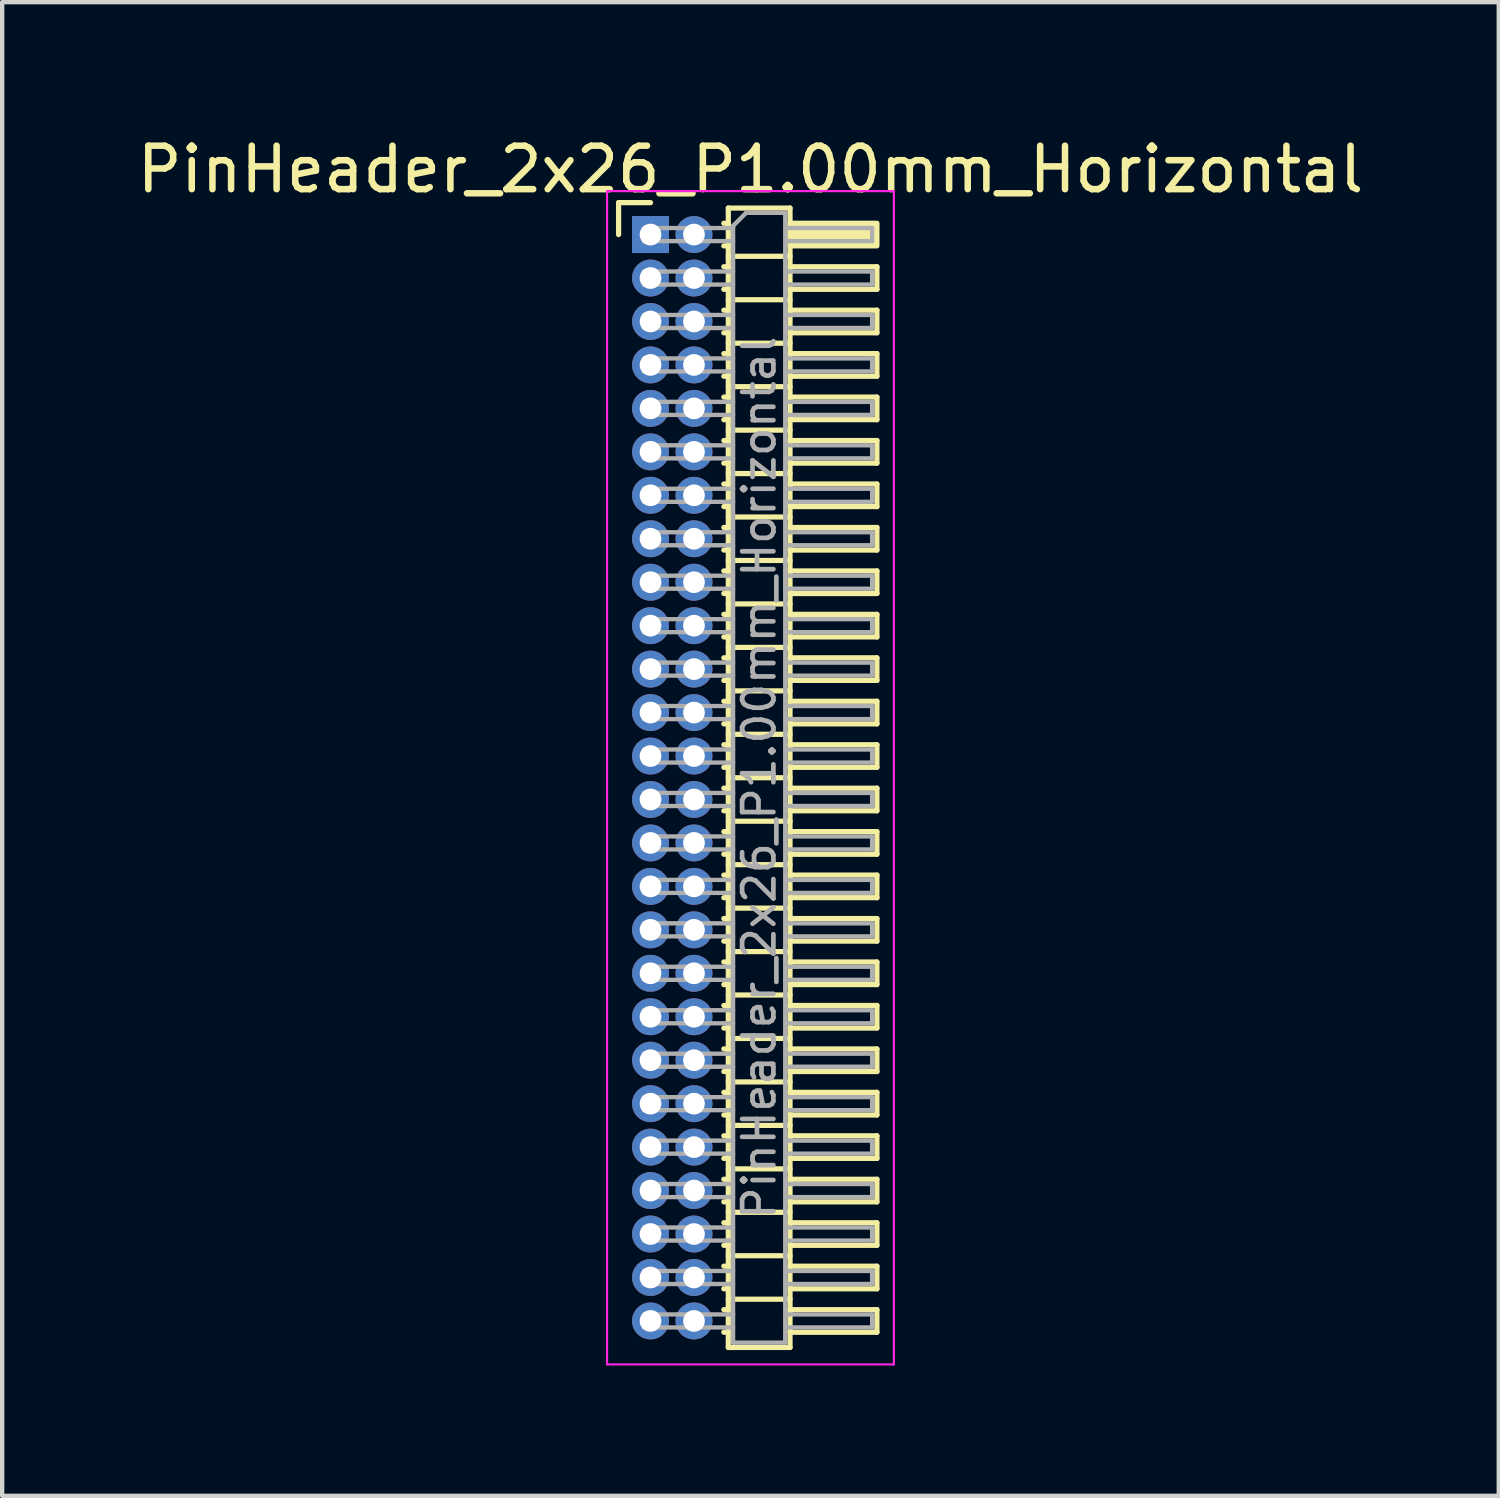
<source format=kicad_pcb>
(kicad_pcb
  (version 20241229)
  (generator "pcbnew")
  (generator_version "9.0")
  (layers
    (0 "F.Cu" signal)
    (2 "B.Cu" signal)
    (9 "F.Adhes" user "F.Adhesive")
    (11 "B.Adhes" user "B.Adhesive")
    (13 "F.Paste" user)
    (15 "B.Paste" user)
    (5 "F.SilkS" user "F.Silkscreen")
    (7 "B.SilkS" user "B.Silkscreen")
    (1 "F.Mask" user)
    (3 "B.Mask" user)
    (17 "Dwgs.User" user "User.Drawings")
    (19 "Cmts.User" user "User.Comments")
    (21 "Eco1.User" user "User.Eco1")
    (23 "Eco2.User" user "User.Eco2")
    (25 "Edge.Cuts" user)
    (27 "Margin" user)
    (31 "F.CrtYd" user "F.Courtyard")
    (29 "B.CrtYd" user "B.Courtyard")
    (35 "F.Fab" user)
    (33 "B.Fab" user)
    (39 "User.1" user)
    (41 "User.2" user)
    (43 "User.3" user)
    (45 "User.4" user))
  (footprint "PinHeader_2x26_P1.00mm_Horizontal"
    (layer "F.Cu")
    (at 11.92 2.348)
    (property "Reference" "PinHeader_2x26_P1.00mm_Horizontal" (at 2.3 -1.5 0) (layer "F.SilkS") (effects (font (size 1 1) (thickness 0.15))))
    (attr through_hole)
    (fp_line (start -0.735 -0.735) (end 0 -0.735) (stroke (width 0.12) (type solid)) (layer "F.SilkS"))
    (fp_line (start -0.735 0) (end -0.735 -0.735) (stroke (width 0.12) (type solid)) (layer "F.SilkS"))
    (fp_line (start 1.687 -0.26) (end 1.79 -0.26) (stroke (width 0.12) (type solid)) (layer "F.SilkS"))
    (fp_line (start 1.687 0.26) (end 1.79 0.26) (stroke (width 0.12) (type solid)) (layer "F.SilkS"))
    (fp_line (start 1.687 0.74) (end 1.79 0.74) (stroke (width 0.12) (type solid)) (layer "F.SilkS"))
    (fp_line (start 1.687 1.26) (end 1.79 1.26) (stroke (width 0.12) (type solid)) (layer "F.SilkS"))
    (fp_line (start 1.687 1.74) (end 1.79 1.74) (stroke (width 0.12) (type solid)) (layer "F.SilkS"))
    (fp_line (start 1.687 2.26) (end 1.79 2.26) (stroke (width 0.12) (type solid)) (layer "F.SilkS"))
    (fp_line (start 1.687 2.74) (end 1.79 2.74) (stroke (width 0.12) (type solid)) (layer "F.SilkS"))
    (fp_line (start 1.687 3.26) (end 1.79 3.26) (stroke (width 0.12) (type solid)) (layer "F.SilkS"))
    (fp_line (start 1.687 3.74) (end 1.79 3.74) (stroke (width 0.12) (type solid)) (layer "F.SilkS"))
    (fp_line (start 1.687 4.26) (end 1.79 4.26) (stroke (width 0.12) (type solid)) (layer "F.SilkS"))
    (fp_line (start 1.687 4.74) (end 1.79 4.74) (stroke (width 0.12) (type solid)) (layer "F.SilkS"))
    (fp_line (start 1.687 5.26) (end 1.79 5.26) (stroke (width 0.12) (type solid)) (layer "F.SilkS"))
    (fp_line (start 1.687 5.74) (end 1.79 5.74) (stroke (width 0.12) (type solid)) (layer "F.SilkS"))
    (fp_line (start 1.687 6.26) (end 1.79 6.26) (stroke (width 0.12) (type solid)) (layer "F.SilkS"))
    (fp_line (start 1.687 6.74) (end 1.79 6.74) (stroke (width 0.12) (type solid)) (layer "F.SilkS"))
    (fp_line (start 1.687 7.26) (end 1.79 7.26) (stroke (width 0.12) (type solid)) (layer "F.SilkS"))
    (fp_line (start 1.687 7.74) (end 1.79 7.74) (stroke (width 0.12) (type solid)) (layer "F.SilkS"))
    (fp_line (start 1.687 8.26) (end 1.79 8.26) (stroke (width 0.12) (type solid)) (layer "F.SilkS"))
    (fp_line (start 1.687 8.74) (end 1.79 8.74) (stroke (width 0.12) (type solid)) (layer "F.SilkS"))
    (fp_line (start 1.687 9.26) (end 1.79 9.26) (stroke (width 0.12) (type solid)) (layer "F.SilkS"))
    (fp_line (start 1.687 9.74) (end 1.79 9.74) (stroke (width 0.12) (type solid)) (layer "F.SilkS"))
    (fp_line (start 1.687 10.26) (end 1.79 10.26) (stroke (width 0.12) (type solid)) (layer "F.SilkS"))
    (fp_line (start 1.687 10.74) (end 1.79 10.74) (stroke (width 0.12) (type solid)) (layer "F.SilkS"))
    (fp_line (start 1.687 11.26) (end 1.79 11.26) (stroke (width 0.12) (type solid)) (layer "F.SilkS"))
    (fp_line (start 1.687 11.74) (end 1.79 11.74) (stroke (width 0.12) (type solid)) (layer "F.SilkS"))
    (fp_line (start 1.687 12.26) (end 1.79 12.26) (stroke (width 0.12) (type solid)) (layer "F.SilkS"))
    (fp_line (start 1.687 12.74) (end 1.79 12.74) (stroke (width 0.12) (type solid)) (layer "F.SilkS"))
    (fp_line (start 1.687 13.26) (end 1.79 13.26) (stroke (width 0.12) (type solid)) (layer "F.SilkS"))
    (fp_line (start 1.687 13.74) (end 1.79 13.74) (stroke (width 0.12) (type solid)) (layer "F.SilkS"))
    (fp_line (start 1.687 14.26) (end 1.79 14.26) (stroke (width 0.12) (type solid)) (layer "F.SilkS"))
    (fp_line (start 1.687 14.74) (end 1.79 14.74) (stroke (width 0.12) (type solid)) (layer "F.SilkS"))
    (fp_line (start 1.687 15.26) (end 1.79 15.26) (stroke (width 0.12) (type solid)) (layer "F.SilkS"))
    (fp_line (start 1.687 15.74) (end 1.79 15.74) (stroke (width 0.12) (type solid)) (layer "F.SilkS"))
    (fp_line (start 1.687 16.26) (end 1.79 16.26) (stroke (width 0.12) (type solid)) (layer "F.SilkS"))
    (fp_line (start 1.687 16.74) (end 1.79 16.74) (stroke (width 0.12) (type solid)) (layer "F.SilkS"))
    (fp_line (start 1.687 17.26) (end 1.79 17.26) (stroke (width 0.12) (type solid)) (layer "F.SilkS"))
    (fp_line (start 1.687 17.74) (end 1.79 17.74) (stroke (width 0.12) (type solid)) (layer "F.SilkS"))
    (fp_line (start 1.687 18.26) (end 1.79 18.26) (stroke (width 0.12) (type solid)) (layer "F.SilkS"))
    (fp_line (start 1.687 18.74) (end 1.79 18.74) (stroke (width 0.12) (type solid)) (layer "F.SilkS"))
    (fp_line (start 1.687 19.26) (end 1.79 19.26) (stroke (width 0.12) (type solid)) (layer "F.SilkS"))
    (fp_line (start 1.687 19.74) (end 1.79 19.74) (stroke (width 0.12) (type solid)) (layer "F.SilkS"))
    (fp_line (start 1.687 20.26) (end 1.79 20.26) (stroke (width 0.12) (type solid)) (layer "F.SilkS"))
    (fp_line (start 1.687 20.74) (end 1.79 20.74) (stroke (width 0.12) (type solid)) (layer "F.SilkS"))
    (fp_line (start 1.687 21.26) (end 1.79 21.26) (stroke (width 0.12) (type solid)) (layer "F.SilkS"))
    (fp_line (start 1.687 21.74) (end 1.79 21.74) (stroke (width 0.12) (type solid)) (layer "F.SilkS"))
    (fp_line (start 1.687 22.26) (end 1.79 22.26) (stroke (width 0.12) (type solid)) (layer "F.SilkS"))
    (fp_line (start 1.687 22.74) (end 1.79 22.74) (stroke (width 0.12) (type solid)) (layer "F.SilkS"))
    (fp_line (start 1.687 23.26) (end 1.79 23.26) (stroke (width 0.12) (type solid)) (layer "F.SilkS"))
    (fp_line (start 1.687 23.74) (end 1.79 23.74) (stroke (width 0.12) (type solid)) (layer "F.SilkS"))
    (fp_line (start 1.687 24.26) (end 1.79 24.26) (stroke (width 0.12) (type solid)) (layer "F.SilkS"))
    (fp_line (start 1.687 24.74) (end 1.79 24.74) (stroke (width 0.12) (type solid)) (layer "F.SilkS"))
    (fp_line (start 1.687 25.26) (end 1.79 25.26) (stroke (width 0.12) (type solid)) (layer "F.SilkS"))
    (fp_line (start 1.79 -0.61) (end 1.79 25.61) (stroke (width 0.12) (type solid)) (layer "F.SilkS"))
    (fp_line (start 1.79 0.5) (end 3.21 0.5) (stroke (width 0.12) (type solid)) (layer "F.SilkS"))
    (fp_line (start 1.79 1.5) (end 3.21 1.5) (stroke (width 0.12) (type solid)) (layer "F.SilkS"))
    (fp_line (start 1.79 2.5) (end 3.21 2.5) (stroke (width 0.12) (type solid)) (layer "F.SilkS"))
    (fp_line (start 1.79 3.5) (end 3.21 3.5) (stroke (width 0.12) (type solid)) (layer "F.SilkS"))
    (fp_line (start 1.79 4.5) (end 3.21 4.5) (stroke (width 0.12) (type solid)) (layer "F.SilkS"))
    (fp_line (start 1.79 5.5) (end 3.21 5.5) (stroke (width 0.12) (type solid)) (layer "F.SilkS"))
    (fp_line (start 1.79 6.5) (end 3.21 6.5) (stroke (width 0.12) (type solid)) (layer "F.SilkS"))
    (fp_line (start 1.79 7.5) (end 3.21 7.5) (stroke (width 0.12) (type solid)) (layer "F.SilkS"))
    (fp_line (start 1.79 8.5) (end 3.21 8.5) (stroke (width 0.12) (type solid)) (layer "F.SilkS"))
    (fp_line (start 1.79 9.5) (end 3.21 9.5) (stroke (width 0.12) (type solid)) (layer "F.SilkS"))
    (fp_line (start 1.79 10.5) (end 3.21 10.5) (stroke (width 0.12) (type solid)) (layer "F.SilkS"))
    (fp_line (start 1.79 11.5) (end 3.21 11.5) (stroke (width 0.12) (type solid)) (layer "F.SilkS"))
    (fp_line (start 1.79 12.5) (end 3.21 12.5) (stroke (width 0.12) (type solid)) (layer "F.SilkS"))
    (fp_line (start 1.79 13.5) (end 3.21 13.5) (stroke (width 0.12) (type solid)) (layer "F.SilkS"))
    (fp_line (start 1.79 14.5) (end 3.21 14.5) (stroke (width 0.12) (type solid)) (layer "F.SilkS"))
    (fp_line (start 1.79 15.5) (end 3.21 15.5) (stroke (width 0.12) (type solid)) (layer "F.SilkS"))
    (fp_line (start 1.79 16.5) (end 3.21 16.5) (stroke (width 0.12) (type solid)) (layer "F.SilkS"))
    (fp_line (start 1.79 17.5) (end 3.21 17.5) (stroke (width 0.12) (type solid)) (layer "F.SilkS"))
    (fp_line (start 1.79 18.5) (end 3.21 18.5) (stroke (width 0.12) (type solid)) (layer "F.SilkS"))
    (fp_line (start 1.79 19.5) (end 3.21 19.5) (stroke (width 0.12) (type solid)) (layer "F.SilkS"))
    (fp_line (start 1.79 20.5) (end 3.21 20.5) (stroke (width 0.12) (type solid)) (layer "F.SilkS"))
    (fp_line (start 1.79 21.5) (end 3.21 21.5) (stroke (width 0.12) (type solid)) (layer "F.SilkS"))
    (fp_line (start 1.79 22.5) (end 3.21 22.5) (stroke (width 0.12) (type solid)) (layer "F.SilkS"))
    (fp_line (start 1.79 23.5) (end 3.21 23.5) (stroke (width 0.12) (type solid)) (layer "F.SilkS"))
    (fp_line (start 1.79 24.5) (end 3.21 24.5) (stroke (width 0.12) (type solid)) (layer "F.SilkS"))
    (fp_line (start 1.79 25.61) (end 3.21 25.61) (stroke (width 0.12) (type solid)) (layer "F.SilkS"))
    (fp_line (start 3.21 -0.61) (end 1.79 -0.61) (stroke (width 0.12) (type solid)) (layer "F.SilkS"))
    (fp_line (start 3.21 0.74) (end 5.21 0.74) (stroke (width 0.12) (type solid)) (layer "F.SilkS"))
    (fp_line (start 3.21 1.74) (end 5.21 1.74) (stroke (width 0.12) (type solid)) (layer "F.SilkS"))
    (fp_line (start 3.21 2.74) (end 5.21 2.74) (stroke (width 0.12) (type solid)) (layer "F.SilkS"))
    (fp_line (start 3.21 3.74) (end 5.21 3.74) (stroke (width 0.12) (type solid)) (layer "F.SilkS"))
    (fp_line (start 3.21 4.74) (end 5.21 4.74) (stroke (width 0.12) (type solid)) (layer "F.SilkS"))
    (fp_line (start 3.21 5.74) (end 5.21 5.74) (stroke (width 0.12) (type solid)) (layer "F.SilkS"))
    (fp_line (start 3.21 6.74) (end 5.21 6.74) (stroke (width 0.12) (type solid)) (layer "F.SilkS"))
    (fp_line (start 3.21 7.74) (end 5.21 7.74) (stroke (width 0.12) (type solid)) (layer "F.SilkS"))
    (fp_line (start 3.21 8.74) (end 5.21 8.74) (stroke (width 0.12) (type solid)) (layer "F.SilkS"))
    (fp_line (start 3.21 9.74) (end 5.21 9.74) (stroke (width 0.12) (type solid)) (layer "F.SilkS"))
    (fp_line (start 3.21 10.74) (end 5.21 10.74) (stroke (width 0.12) (type solid)) (layer "F.SilkS"))
    (fp_line (start 3.21 11.74) (end 5.21 11.74) (stroke (width 0.12) (type solid)) (layer "F.SilkS"))
    (fp_line (start 3.21 12.74) (end 5.21 12.74) (stroke (width 0.12) (type solid)) (layer "F.SilkS"))
    (fp_line (start 3.21 13.74) (end 5.21 13.74) (stroke (width 0.12) (type solid)) (layer "F.SilkS"))
    (fp_line (start 3.21 14.74) (end 5.21 14.74) (stroke (width 0.12) (type solid)) (layer "F.SilkS"))
    (fp_line (start 3.21 15.74) (end 5.21 15.74) (stroke (width 0.12) (type solid)) (layer "F.SilkS"))
    (fp_line (start 3.21 16.74) (end 5.21 16.74) (stroke (width 0.12) (type solid)) (layer "F.SilkS"))
    (fp_line (start 3.21 17.74) (end 5.21 17.74) (stroke (width 0.12) (type solid)) (layer "F.SilkS"))
    (fp_line (start 3.21 18.74) (end 5.21 18.74) (stroke (width 0.12) (type solid)) (layer "F.SilkS"))
    (fp_line (start 3.21 19.74) (end 5.21 19.74) (stroke (width 0.12) (type solid)) (layer "F.SilkS"))
    (fp_line (start 3.21 20.74) (end 5.21 20.74) (stroke (width 0.12) (type solid)) (layer "F.SilkS"))
    (fp_line (start 3.21 21.74) (end 5.21 21.74) (stroke (width 0.12) (type solid)) (layer "F.SilkS"))
    (fp_line (start 3.21 22.74) (end 5.21 22.74) (stroke (width 0.12) (type solid)) (layer "F.SilkS"))
    (fp_line (start 3.21 23.74) (end 5.21 23.74) (stroke (width 0.12) (type solid)) (layer "F.SilkS"))
    (fp_line (start 3.21 24.74) (end 5.21 24.74) (stroke (width 0.12) (type solid)) (layer "F.SilkS"))
    (fp_line (start 3.21 25.61) (end 3.21 -0.61) (stroke (width 0.12) (type solid)) (layer "F.SilkS"))
    (fp_line (start 5.21 0.74) (end 5.21 1.26) (stroke (width 0.12) (type solid)) (layer "F.SilkS"))
    (fp_line (start 5.21 1.26) (end 3.21 1.26) (stroke (width 0.12) (type solid)) (layer "F.SilkS"))
    (fp_line (start 5.21 1.74) (end 5.21 2.26) (stroke (width 0.12) (type solid)) (layer "F.SilkS"))
    (fp_line (start 5.21 2.26) (end 3.21 2.26) (stroke (width 0.12) (type solid)) (layer "F.SilkS"))
    (fp_line (start 5.21 2.74) (end 5.21 3.26) (stroke (width 0.12) (type solid)) (layer "F.SilkS"))
    (fp_line (start 5.21 3.26) (end 3.21 3.26) (stroke (width 0.12) (type solid)) (layer "F.SilkS"))
    (fp_line (start 5.21 3.74) (end 5.21 4.26) (stroke (width 0.12) (type solid)) (layer "F.SilkS"))
    (fp_line (start 5.21 4.26) (end 3.21 4.26) (stroke (width 0.12) (type solid)) (layer "F.SilkS"))
    (fp_line (start 5.21 4.74) (end 5.21 5.26) (stroke (width 0.12) (type solid)) (layer "F.SilkS"))
    (fp_line (start 5.21 5.26) (end 3.21 5.26) (stroke (width 0.12) (type solid)) (layer "F.SilkS"))
    (fp_line (start 5.21 5.74) (end 5.21 6.26) (stroke (width 0.12) (type solid)) (layer "F.SilkS"))
    (fp_line (start 5.21 6.26) (end 3.21 6.26) (stroke (width 0.12) (type solid)) (layer "F.SilkS"))
    (fp_line (start 5.21 6.74) (end 5.21 7.26) (stroke (width 0.12) (type solid)) (layer "F.SilkS"))
    (fp_line (start 5.21 7.26) (end 3.21 7.26) (stroke (width 0.12) (type solid)) (layer "F.SilkS"))
    (fp_line (start 5.21 7.74) (end 5.21 8.26) (stroke (width 0.12) (type solid)) (layer "F.SilkS"))
    (fp_line (start 5.21 8.26) (end 3.21 8.26) (stroke (width 0.12) (type solid)) (layer "F.SilkS"))
    (fp_line (start 5.21 8.74) (end 5.21 9.26) (stroke (width 0.12) (type solid)) (layer "F.SilkS"))
    (fp_line (start 5.21 9.26) (end 3.21 9.26) (stroke (width 0.12) (type solid)) (layer "F.SilkS"))
    (fp_line (start 5.21 9.74) (end 5.21 10.26) (stroke (width 0.12) (type solid)) (layer "F.SilkS"))
    (fp_line (start 5.21 10.26) (end 3.21 10.26) (stroke (width 0.12) (type solid)) (layer "F.SilkS"))
    (fp_line (start 5.21 10.74) (end 5.21 11.26) (stroke (width 0.12) (type solid)) (layer "F.SilkS"))
    (fp_line (start 5.21 11.26) (end 3.21 11.26) (stroke (width 0.12) (type solid)) (layer "F.SilkS"))
    (fp_line (start 5.21 11.74) (end 5.21 12.26) (stroke (width 0.12) (type solid)) (layer "F.SilkS"))
    (fp_line (start 5.21 12.26) (end 3.21 12.26) (stroke (width 0.12) (type solid)) (layer "F.SilkS"))
    (fp_line (start 5.21 12.74) (end 5.21 13.26) (stroke (width 0.12) (type solid)) (layer "F.SilkS"))
    (fp_line (start 5.21 13.26) (end 3.21 13.26) (stroke (width 0.12) (type solid)) (layer "F.SilkS"))
    (fp_line (start 5.21 13.74) (end 5.21 14.26) (stroke (width 0.12) (type solid)) (layer "F.SilkS"))
    (fp_line (start 5.21 14.26) (end 3.21 14.26) (stroke (width 0.12) (type solid)) (layer "F.SilkS"))
    (fp_line (start 5.21 14.74) (end 5.21 15.26) (stroke (width 0.12) (type solid)) (layer "F.SilkS"))
    (fp_line (start 5.21 15.26) (end 3.21 15.26) (stroke (width 0.12) (type solid)) (layer "F.SilkS"))
    (fp_line (start 5.21 15.74) (end 5.21 16.26) (stroke (width 0.12) (type solid)) (layer "F.SilkS"))
    (fp_line (start 5.21 16.26) (end 3.21 16.26) (stroke (width 0.12) (type solid)) (layer "F.SilkS"))
    (fp_line (start 5.21 16.74) (end 5.21 17.26) (stroke (width 0.12) (type solid)) (layer "F.SilkS"))
    (fp_line (start 5.21 17.26) (end 3.21 17.26) (stroke (width 0.12) (type solid)) (layer "F.SilkS"))
    (fp_line (start 5.21 17.74) (end 5.21 18.26) (stroke (width 0.12) (type solid)) (layer "F.SilkS"))
    (fp_line (start 5.21 18.26) (end 3.21 18.26) (stroke (width 0.12) (type solid)) (layer "F.SilkS"))
    (fp_line (start 5.21 18.74) (end 5.21 19.26) (stroke (width 0.12) (type solid)) (layer "F.SilkS"))
    (fp_line (start 5.21 19.26) (end 3.21 19.26) (stroke (width 0.12) (type solid)) (layer "F.SilkS"))
    (fp_line (start 5.21 19.74) (end 5.21 20.26) (stroke (width 0.12) (type solid)) (layer "F.SilkS"))
    (fp_line (start 5.21 20.26) (end 3.21 20.26) (stroke (width 0.12) (type solid)) (layer "F.SilkS"))
    (fp_line (start 5.21 20.74) (end 5.21 21.26) (stroke (width 0.12) (type solid)) (layer "F.SilkS"))
    (fp_line (start 5.21 21.26) (end 3.21 21.26) (stroke (width 0.12) (type solid)) (layer "F.SilkS"))
    (fp_line (start 5.21 21.74) (end 5.21 22.26) (stroke (width 0.12) (type solid)) (layer "F.SilkS"))
    (fp_line (start 5.21 22.26) (end 3.21 22.26) (stroke (width 0.12) (type solid)) (layer "F.SilkS"))
    (fp_line (start 5.21 22.74) (end 5.21 23.26) (stroke (width 0.12) (type solid)) (layer "F.SilkS"))
    (fp_line (start 5.21 23.26) (end 3.21 23.26) (stroke (width 0.12) (type solid)) (layer "F.SilkS"))
    (fp_line (start 5.21 23.74) (end 5.21 24.26) (stroke (width 0.12) (type solid)) (layer "F.SilkS"))
    (fp_line (start 5.21 24.26) (end 3.21 24.26) (stroke (width 0.12) (type solid)) (layer "F.SilkS"))
    (fp_line (start 5.21 24.74) (end 5.21 25.26) (stroke (width 0.12) (type solid)) (layer "F.SilkS"))
    (fp_line (start 5.21 25.26) (end 3.21 25.26) (stroke (width 0.12) (type solid)) (layer "F.SilkS"))
    (fp_rect (start 3.21 -0.26) (end 5.21 0.26) (stroke (width 0.12) (type solid)) (fill yes) (layer "F.SilkS"))
    (fp_line (start -1 -1) (end -1 26) (stroke (width 0.05) (type solid)) (layer "F.CrtYd"))
    (fp_line (start -1 26) (end 5.6 26) (stroke (width 0.05) (type solid)) (layer "F.CrtYd"))
    (fp_line (start 5.6 -1) (end -1 -1) (stroke (width 0.05) (type solid)) (layer "F.CrtYd"))
    (fp_line (start 5.6 26) (end 5.6 -1) (stroke (width 0.05) (type solid)) (layer "F.CrtYd"))
    (fp_line (start -0.15 -0.15) (end -0.15 0.15) (stroke (width 0.1) (type solid)) (layer "F.Fab"))
    (fp_line (start -0.15 -0.15) (end 1.9 -0.15) (stroke (width 0.1) (type solid)) (layer "F.Fab"))
    (fp_line (start -0.15 0.15) (end 1.9 0.15) (stroke (width 0.1) (type solid)) (layer "F.Fab"))
    (fp_line (start -0.15 0.85) (end -0.15 1.15) (stroke (width 0.1) (type solid)) (layer "F.Fab"))
    (fp_line (start -0.15 0.85) (end 1.9 0.85) (stroke (width 0.1) (type solid)) (layer "F.Fab"))
    (fp_line (start -0.15 1.15) (end 1.9 1.15) (stroke (width 0.1) (type solid)) (layer "F.Fab"))
    (fp_line (start -0.15 1.85) (end -0.15 2.15) (stroke (width 0.1) (type solid)) (layer "F.Fab"))
    (fp_line (start -0.15 1.85) (end 1.9 1.85) (stroke (width 0.1) (type solid)) (layer "F.Fab"))
    (fp_line (start -0.15 2.15) (end 1.9 2.15) (stroke (width 0.1) (type solid)) (layer "F.Fab"))
    (fp_line (start -0.15 2.85) (end -0.15 3.15) (stroke (width 0.1) (type solid)) (layer "F.Fab"))
    (fp_line (start -0.15 2.85) (end 1.9 2.85) (stroke (width 0.1) (type solid)) (layer "F.Fab"))
    (fp_line (start -0.15 3.15) (end 1.9 3.15) (stroke (width 0.1) (type solid)) (layer "F.Fab"))
    (fp_line (start -0.15 3.85) (end -0.15 4.15) (stroke (width 0.1) (type solid)) (layer "F.Fab"))
    (fp_line (start -0.15 3.85) (end 1.9 3.85) (stroke (width 0.1) (type solid)) (layer "F.Fab"))
    (fp_line (start -0.15 4.15) (end 1.9 4.15) (stroke (width 0.1) (type solid)) (layer "F.Fab"))
    (fp_line (start -0.15 4.85) (end -0.15 5.15) (stroke (width 0.1) (type solid)) (layer "F.Fab"))
    (fp_line (start -0.15 4.85) (end 1.9 4.85) (stroke (width 0.1) (type solid)) (layer "F.Fab"))
    (fp_line (start -0.15 5.15) (end 1.9 5.15) (stroke (width 0.1) (type solid)) (layer "F.Fab"))
    (fp_line (start -0.15 5.85) (end -0.15 6.15) (stroke (width 0.1) (type solid)) (layer "F.Fab"))
    (fp_line (start -0.15 5.85) (end 1.9 5.85) (stroke (width 0.1) (type solid)) (layer "F.Fab"))
    (fp_line (start -0.15 6.15) (end 1.9 6.15) (stroke (width 0.1) (type solid)) (layer "F.Fab"))
    (fp_line (start -0.15 6.85) (end -0.15 7.15) (stroke (width 0.1) (type solid)) (layer "F.Fab"))
    (fp_line (start -0.15 6.85) (end 1.9 6.85) (stroke (width 0.1) (type solid)) (layer "F.Fab"))
    (fp_line (start -0.15 7.15) (end 1.9 7.15) (stroke (width 0.1) (type solid)) (layer "F.Fab"))
    (fp_line (start -0.15 7.85) (end -0.15 8.15) (stroke (width 0.1) (type solid)) (layer "F.Fab"))
    (fp_line (start -0.15 7.85) (end 1.9 7.85) (stroke (width 0.1) (type solid)) (layer "F.Fab"))
    (fp_line (start -0.15 8.15) (end 1.9 8.15) (stroke (width 0.1) (type solid)) (layer "F.Fab"))
    (fp_line (start -0.15 8.85) (end -0.15 9.15) (stroke (width 0.1) (type solid)) (layer "F.Fab"))
    (fp_line (start -0.15 8.85) (end 1.9 8.85) (stroke (width 0.1) (type solid)) (layer "F.Fab"))
    (fp_line (start -0.15 9.15) (end 1.9 9.15) (stroke (width 0.1) (type solid)) (layer "F.Fab"))
    (fp_line (start -0.15 9.85) (end -0.15 10.15) (stroke (width 0.1) (type solid)) (layer "F.Fab"))
    (fp_line (start -0.15 9.85) (end 1.9 9.85) (stroke (width 0.1) (type solid)) (layer "F.Fab"))
    (fp_line (start -0.15 10.15) (end 1.9 10.15) (stroke (width 0.1) (type solid)) (layer "F.Fab"))
    (fp_line (start -0.15 10.85) (end -0.15 11.15) (stroke (width 0.1) (type solid)) (layer "F.Fab"))
    (fp_line (start -0.15 10.85) (end 1.9 10.85) (stroke (width 0.1) (type solid)) (layer "F.Fab"))
    (fp_line (start -0.15 11.15) (end 1.9 11.15) (stroke (width 0.1) (type solid)) (layer "F.Fab"))
    (fp_line (start -0.15 11.85) (end -0.15 12.15) (stroke (width 0.1) (type solid)) (layer "F.Fab"))
    (fp_line (start -0.15 11.85) (end 1.9 11.85) (stroke (width 0.1) (type solid)) (layer "F.Fab"))
    (fp_line (start -0.15 12.15) (end 1.9 12.15) (stroke (width 0.1) (type solid)) (layer "F.Fab"))
    (fp_line (start -0.15 12.85) (end -0.15 13.15) (stroke (width 0.1) (type solid)) (layer "F.Fab"))
    (fp_line (start -0.15 12.85) (end 1.9 12.85) (stroke (width 0.1) (type solid)) (layer "F.Fab"))
    (fp_line (start -0.15 13.15) (end 1.9 13.15) (stroke (width 0.1) (type solid)) (layer "F.Fab"))
    (fp_line (start -0.15 13.85) (end -0.15 14.15) (stroke (width 0.1) (type solid)) (layer "F.Fab"))
    (fp_line (start -0.15 13.85) (end 1.9 13.85) (stroke (width 0.1) (type solid)) (layer "F.Fab"))
    (fp_line (start -0.15 14.15) (end 1.9 14.15) (stroke (width 0.1) (type solid)) (layer "F.Fab"))
    (fp_line (start -0.15 14.85) (end -0.15 15.15) (stroke (width 0.1) (type solid)) (layer "F.Fab"))
    (fp_line (start -0.15 14.85) (end 1.9 14.85) (stroke (width 0.1) (type solid)) (layer "F.Fab"))
    (fp_line (start -0.15 15.15) (end 1.9 15.15) (stroke (width 0.1) (type solid)) (layer "F.Fab"))
    (fp_line (start -0.15 15.85) (end -0.15 16.15) (stroke (width 0.1) (type solid)) (layer "F.Fab"))
    (fp_line (start -0.15 15.85) (end 1.9 15.85) (stroke (width 0.1) (type solid)) (layer "F.Fab"))
    (fp_line (start -0.15 16.15) (end 1.9 16.15) (stroke (width 0.1) (type solid)) (layer "F.Fab"))
    (fp_line (start -0.15 16.85) (end -0.15 17.15) (stroke (width 0.1) (type solid)) (layer "F.Fab"))
    (fp_line (start -0.15 16.85) (end 1.9 16.85) (stroke (width 0.1) (type solid)) (layer "F.Fab"))
    (fp_line (start -0.15 17.15) (end 1.9 17.15) (stroke (width 0.1) (type solid)) (layer "F.Fab"))
    (fp_line (start -0.15 17.85) (end -0.15 18.15) (stroke (width 0.1) (type solid)) (layer "F.Fab"))
    (fp_line (start -0.15 17.85) (end 1.9 17.85) (stroke (width 0.1) (type solid)) (layer "F.Fab"))
    (fp_line (start -0.15 18.15) (end 1.9 18.15) (stroke (width 0.1) (type solid)) (layer "F.Fab"))
    (fp_line (start -0.15 18.85) (end -0.15 19.15) (stroke (width 0.1) (type solid)) (layer "F.Fab"))
    (fp_line (start -0.15 18.85) (end 1.9 18.85) (stroke (width 0.1) (type solid)) (layer "F.Fab"))
    (fp_line (start -0.15 19.15) (end 1.9 19.15) (stroke (width 0.1) (type solid)) (layer "F.Fab"))
    (fp_line (start -0.15 19.85) (end -0.15 20.15) (stroke (width 0.1) (type solid)) (layer "F.Fab"))
    (fp_line (start -0.15 19.85) (end 1.9 19.85) (stroke (width 0.1) (type solid)) (layer "F.Fab"))
    (fp_line (start -0.15 20.15) (end 1.9 20.15) (stroke (width 0.1) (type solid)) (layer "F.Fab"))
    (fp_line (start -0.15 20.85) (end -0.15 21.15) (stroke (width 0.1) (type solid)) (layer "F.Fab"))
    (fp_line (start -0.15 20.85) (end 1.9 20.85) (stroke (width 0.1) (type solid)) (layer "F.Fab"))
    (fp_line (start -0.15 21.15) (end 1.9 21.15) (stroke (width 0.1) (type solid)) (layer "F.Fab"))
    (fp_line (start -0.15 21.85) (end -0.15 22.15) (stroke (width 0.1) (type solid)) (layer "F.Fab"))
    (fp_line (start -0.15 21.85) (end 1.9 21.85) (stroke (width 0.1) (type solid)) (layer "F.Fab"))
    (fp_line (start -0.15 22.15) (end 1.9 22.15) (stroke (width 0.1) (type solid)) (layer "F.Fab"))
    (fp_line (start -0.15 22.85) (end -0.15 23.15) (stroke (width 0.1) (type solid)) (layer "F.Fab"))
    (fp_line (start -0.15 22.85) (end 1.9 22.85) (stroke (width 0.1) (type solid)) (layer "F.Fab"))
    (fp_line (start -0.15 23.15) (end 1.9 23.15) (stroke (width 0.1) (type solid)) (layer "F.Fab"))
    (fp_line (start -0.15 23.85) (end -0.15 24.15) (stroke (width 0.1) (type solid)) (layer "F.Fab"))
    (fp_line (start -0.15 23.85) (end 1.9 23.85) (stroke (width 0.1) (type solid)) (layer "F.Fab"))
    (fp_line (start -0.15 24.15) (end 1.9 24.15) (stroke (width 0.1) (type solid)) (layer "F.Fab"))
    (fp_line (start -0.15 24.85) (end -0.15 25.15) (stroke (width 0.1) (type solid)) (layer "F.Fab"))
    (fp_line (start -0.15 24.85) (end 1.9 24.85) (stroke (width 0.1) (type solid)) (layer "F.Fab"))
    (fp_line (start -0.15 25.15) (end 1.9 25.15) (stroke (width 0.1) (type solid)) (layer "F.Fab"))
    (fp_line (start 1.9 -0.2) (end 2.2 -0.5) (stroke (width 0.1) (type solid)) (layer "F.Fab"))
    (fp_line (start 1.9 25.5) (end 1.9 -0.2) (stroke (width 0.1) (type solid)) (layer "F.Fab"))
    (fp_line (start 2.2 -0.5) (end 3.1 -0.5) (stroke (width 0.1) (type solid)) (layer "F.Fab"))
    (fp_line (start 3.1 -0.5) (end 3.1 25.5) (stroke (width 0.1) (type solid)) (layer "F.Fab"))
    (fp_line (start 3.1 -0.15) (end 5.1 -0.15) (stroke (width 0.1) (type solid)) (layer "F.Fab"))
    (fp_line (start 3.1 0.15) (end 5.1 0.15) (stroke (width 0.1) (type solid)) (layer "F.Fab"))
    (fp_line (start 3.1 0.85) (end 5.1 0.85) (stroke (width 0.1) (type solid)) (layer "F.Fab"))
    (fp_line (start 3.1 1.15) (end 5.1 1.15) (stroke (width 0.1) (type solid)) (layer "F.Fab"))
    (fp_line (start 3.1 1.85) (end 5.1 1.85) (stroke (width 0.1) (type solid)) (layer "F.Fab"))
    (fp_line (start 3.1 2.15) (end 5.1 2.15) (stroke (width 0.1) (type solid)) (layer "F.Fab"))
    (fp_line (start 3.1 2.85) (end 5.1 2.85) (stroke (width 0.1) (type solid)) (layer "F.Fab"))
    (fp_line (start 3.1 3.15) (end 5.1 3.15) (stroke (width 0.1) (type solid)) (layer "F.Fab"))
    (fp_line (start 3.1 3.85) (end 5.1 3.85) (stroke (width 0.1) (type solid)) (layer "F.Fab"))
    (fp_line (start 3.1 4.15) (end 5.1 4.15) (stroke (width 0.1) (type solid)) (layer "F.Fab"))
    (fp_line (start 3.1 4.85) (end 5.1 4.85) (stroke (width 0.1) (type solid)) (layer "F.Fab"))
    (fp_line (start 3.1 5.15) (end 5.1 5.15) (stroke (width 0.1) (type solid)) (layer "F.Fab"))
    (fp_line (start 3.1 5.85) (end 5.1 5.85) (stroke (width 0.1) (type solid)) (layer "F.Fab"))
    (fp_line (start 3.1 6.15) (end 5.1 6.15) (stroke (width 0.1) (type solid)) (layer "F.Fab"))
    (fp_line (start 3.1 6.85) (end 5.1 6.85) (stroke (width 0.1) (type solid)) (layer "F.Fab"))
    (fp_line (start 3.1 7.15) (end 5.1 7.15) (stroke (width 0.1) (type solid)) (layer "F.Fab"))
    (fp_line (start 3.1 7.85) (end 5.1 7.85) (stroke (width 0.1) (type solid)) (layer "F.Fab"))
    (fp_line (start 3.1 8.15) (end 5.1 8.15) (stroke (width 0.1) (type solid)) (layer "F.Fab"))
    (fp_line (start 3.1 8.85) (end 5.1 8.85) (stroke (width 0.1) (type solid)) (layer "F.Fab"))
    (fp_line (start 3.1 9.15) (end 5.1 9.15) (stroke (width 0.1) (type solid)) (layer "F.Fab"))
    (fp_line (start 3.1 9.85) (end 5.1 9.85) (stroke (width 0.1) (type solid)) (layer "F.Fab"))
    (fp_line (start 3.1 10.15) (end 5.1 10.15) (stroke (width 0.1) (type solid)) (layer "F.Fab"))
    (fp_line (start 3.1 10.85) (end 5.1 10.85) (stroke (width 0.1) (type solid)) (layer "F.Fab"))
    (fp_line (start 3.1 11.15) (end 5.1 11.15) (stroke (width 0.1) (type solid)) (layer "F.Fab"))
    (fp_line (start 3.1 11.85) (end 5.1 11.85) (stroke (width 0.1) (type solid)) (layer "F.Fab"))
    (fp_line (start 3.1 12.15) (end 5.1 12.15) (stroke (width 0.1) (type solid)) (layer "F.Fab"))
    (fp_line (start 3.1 12.85) (end 5.1 12.85) (stroke (width 0.1) (type solid)) (layer "F.Fab"))
    (fp_line (start 3.1 13.15) (end 5.1 13.15) (stroke (width 0.1) (type solid)) (layer "F.Fab"))
    (fp_line (start 3.1 13.85) (end 5.1 13.85) (stroke (width 0.1) (type solid)) (layer "F.Fab"))
    (fp_line (start 3.1 14.15) (end 5.1 14.15) (stroke (width 0.1) (type solid)) (layer "F.Fab"))
    (fp_line (start 3.1 14.85) (end 5.1 14.85) (stroke (width 0.1) (type solid)) (layer "F.Fab"))
    (fp_line (start 3.1 15.15) (end 5.1 15.15) (stroke (width 0.1) (type solid)) (layer "F.Fab"))
    (fp_line (start 3.1 15.85) (end 5.1 15.85) (stroke (width 0.1) (type solid)) (layer "F.Fab"))
    (fp_line (start 3.1 16.15) (end 5.1 16.15) (stroke (width 0.1) (type solid)) (layer "F.Fab"))
    (fp_line (start 3.1 16.85) (end 5.1 16.85) (stroke (width 0.1) (type solid)) (layer "F.Fab"))
    (fp_line (start 3.1 17.15) (end 5.1 17.15) (stroke (width 0.1) (type solid)) (layer "F.Fab"))
    (fp_line (start 3.1 17.85) (end 5.1 17.85) (stroke (width 0.1) (type solid)) (layer "F.Fab"))
    (fp_line (start 3.1 18.15) (end 5.1 18.15) (stroke (width 0.1) (type solid)) (layer "F.Fab"))
    (fp_line (start 3.1 18.85) (end 5.1 18.85) (stroke (width 0.1) (type solid)) (layer "F.Fab"))
    (fp_line (start 3.1 19.15) (end 5.1 19.15) (stroke (width 0.1) (type solid)) (layer "F.Fab"))
    (fp_line (start 3.1 19.85) (end 5.1 19.85) (stroke (width 0.1) (type solid)) (layer "F.Fab"))
    (fp_line (start 3.1 20.15) (end 5.1 20.15) (stroke (width 0.1) (type solid)) (layer "F.Fab"))
    (fp_line (start 3.1 20.85) (end 5.1 20.85) (stroke (width 0.1) (type solid)) (layer "F.Fab"))
    (fp_line (start 3.1 21.15) (end 5.1 21.15) (stroke (width 0.1) (type solid)) (layer "F.Fab"))
    (fp_line (start 3.1 21.85) (end 5.1 21.85) (stroke (width 0.1) (type solid)) (layer "F.Fab"))
    (fp_line (start 3.1 22.15) (end 5.1 22.15) (stroke (width 0.1) (type solid)) (layer "F.Fab"))
    (fp_line (start 3.1 22.85) (end 5.1 22.85) (stroke (width 0.1) (type solid)) (layer "F.Fab"))
    (fp_line (start 3.1 23.15) (end 5.1 23.15) (stroke (width 0.1) (type solid)) (layer "F.Fab"))
    (fp_line (start 3.1 23.85) (end 5.1 23.85) (stroke (width 0.1) (type solid)) (layer "F.Fab"))
    (fp_line (start 3.1 24.15) (end 5.1 24.15) (stroke (width 0.1) (type solid)) (layer "F.Fab"))
    (fp_line (start 3.1 24.85) (end 5.1 24.85) (stroke (width 0.1) (type solid)) (layer "F.Fab"))
    (fp_line (start 3.1 25.15) (end 5.1 25.15) (stroke (width 0.1) (type solid)) (layer "F.Fab"))
    (fp_line (start 3.1 25.5) (end 1.9 25.5) (stroke (width 0.1) (type solid)) (layer "F.Fab"))
    (fp_line (start 5.1 -0.15) (end 5.1 0.15) (stroke (width 0.1) (type solid)) (layer "F.Fab"))
    (fp_line (start 5.1 0.85) (end 5.1 1.15) (stroke (width 0.1) (type solid)) (layer "F.Fab"))
    (fp_line (start 5.1 1.85) (end 5.1 2.15) (stroke (width 0.1) (type solid)) (layer "F.Fab"))
    (fp_line (start 5.1 2.85) (end 5.1 3.15) (stroke (width 0.1) (type solid)) (layer "F.Fab"))
    (fp_line (start 5.1 3.85) (end 5.1 4.15) (stroke (width 0.1) (type solid)) (layer "F.Fab"))
    (fp_line (start 5.1 4.85) (end 5.1 5.15) (stroke (width 0.1) (type solid)) (layer "F.Fab"))
    (fp_line (start 5.1 5.85) (end 5.1 6.15) (stroke (width 0.1) (type solid)) (layer "F.Fab"))
    (fp_line (start 5.1 6.85) (end 5.1 7.15) (stroke (width 0.1) (type solid)) (layer "F.Fab"))
    (fp_line (start 5.1 7.85) (end 5.1 8.15) (stroke (width 0.1) (type solid)) (layer "F.Fab"))
    (fp_line (start 5.1 8.85) (end 5.1 9.15) (stroke (width 0.1) (type solid)) (layer "F.Fab"))
    (fp_line (start 5.1 9.85) (end 5.1 10.15) (stroke (width 0.1) (type solid)) (layer "F.Fab"))
    (fp_line (start 5.1 10.85) (end 5.1 11.15) (stroke (width 0.1) (type solid)) (layer "F.Fab"))
    (fp_line (start 5.1 11.85) (end 5.1 12.15) (stroke (width 0.1) (type solid)) (layer "F.Fab"))
    (fp_line (start 5.1 12.85) (end 5.1 13.15) (stroke (width 0.1) (type solid)) (layer "F.Fab"))
    (fp_line (start 5.1 13.85) (end 5.1 14.15) (stroke (width 0.1) (type solid)) (layer "F.Fab"))
    (fp_line (start 5.1 14.85) (end 5.1 15.15) (stroke (width 0.1) (type solid)) (layer "F.Fab"))
    (fp_line (start 5.1 15.85) (end 5.1 16.15) (stroke (width 0.1) (type solid)) (layer "F.Fab"))
    (fp_line (start 5.1 16.85) (end 5.1 17.15) (stroke (width 0.1) (type solid)) (layer "F.Fab"))
    (fp_line (start 5.1 17.85) (end 5.1 18.15) (stroke (width 0.1) (type solid)) (layer "F.Fab"))
    (fp_line (start 5.1 18.85) (end 5.1 19.15) (stroke (width 0.1) (type solid)) (layer "F.Fab"))
    (fp_line (start 5.1 19.85) (end 5.1 20.15) (stroke (width 0.1) (type solid)) (layer "F.Fab"))
    (fp_line (start 5.1 20.85) (end 5.1 21.15) (stroke (width 0.1) (type solid)) (layer "F.Fab"))
    (fp_line (start 5.1 21.85) (end 5.1 22.15) (stroke (width 0.1) (type solid)) (layer "F.Fab"))
    (fp_line (start 5.1 22.85) (end 5.1 23.15) (stroke (width 0.1) (type solid)) (layer "F.Fab"))
    (fp_line (start 5.1 23.85) (end 5.1 24.15) (stroke (width 0.1) (type solid)) (layer "F.Fab"))
    (fp_line (start 5.1 24.85) (end 5.1 25.15) (stroke (width 0.1) (type solid)) (layer "F.Fab"))
    (fp_text user "${REFERENCE}" (at 2.5 12.5 90) (layer "F.Fab") (effects (font (size 0.72 0.72) (thickness 0.108))))
    (pad "1" thru_hole rect (at 0 0) (size 0.85 0.85) (drill 0.5) (layers "*.Cu" "*.Mask"))
    (pad "2" thru_hole circle (at 1 0) (size 0.85 0.85) (drill 0.5) (layers "*.Cu" "*.Mask"))
    (pad "3" thru_hole circle (at 0 1) (size 0.85 0.85) (drill 0.5) (layers "*.Cu" "*.Mask"))
    (pad "4" thru_hole circle (at 1 1) (size 0.85 0.85) (drill 0.5) (layers "*.Cu" "*.Mask"))
    (pad "5" thru_hole circle (at 0 2) (size 0.85 0.85) (drill 0.5) (layers "*.Cu" "*.Mask"))
    (pad "6" thru_hole circle (at 1 2) (size 0.85 0.85) (drill 0.5) (layers "*.Cu" "*.Mask"))
    (pad "7" thru_hole circle (at 0 3) (size 0.85 0.85) (drill 0.5) (layers "*.Cu" "*.Mask"))
    (pad "8" thru_hole circle (at 1 3) (size 0.85 0.85) (drill 0.5) (layers "*.Cu" "*.Mask"))
    (pad "9" thru_hole circle (at 0 4) (size 0.85 0.85) (drill 0.5) (layers "*.Cu" "*.Mask"))
    (pad "10" thru_hole circle (at 1 4) (size 0.85 0.85) (drill 0.5) (layers "*.Cu" "*.Mask"))
    (pad "11" thru_hole circle (at 0 5) (size 0.85 0.85) (drill 0.5) (layers "*.Cu" "*.Mask"))
    (pad "12" thru_hole circle (at 1 5) (size 0.85 0.85) (drill 0.5) (layers "*.Cu" "*.Mask"))
    (pad "13" thru_hole circle (at 0 6) (size 0.85 0.85) (drill 0.5) (layers "*.Cu" "*.Mask"))
    (pad "14" thru_hole circle (at 1 6) (size 0.85 0.85) (drill 0.5) (layers "*.Cu" "*.Mask"))
    (pad "15" thru_hole circle (at 0 7) (size 0.85 0.85) (drill 0.5) (layers "*.Cu" "*.Mask"))
    (pad "16" thru_hole circle (at 1 7) (size 0.85 0.85) (drill 0.5) (layers "*.Cu" "*.Mask"))
    (pad "17" thru_hole circle (at 0 8) (size 0.85 0.85) (drill 0.5) (layers "*.Cu" "*.Mask"))
    (pad "18" thru_hole circle (at 1 8) (size 0.85 0.85) (drill 0.5) (layers "*.Cu" "*.Mask"))
    (pad "19" thru_hole circle (at 0 9) (size 0.85 0.85) (drill 0.5) (layers "*.Cu" "*.Mask"))
    (pad "20" thru_hole circle (at 1 9) (size 0.85 0.85) (drill 0.5) (layers "*.Cu" "*.Mask"))
    (pad "21" thru_hole circle (at 0 10) (size 0.85 0.85) (drill 0.5) (layers "*.Cu" "*.Mask"))
    (pad "22" thru_hole circle (at 1 10) (size 0.85 0.85) (drill 0.5) (layers "*.Cu" "*.Mask"))
    (pad "23" thru_hole circle (at 0 11) (size 0.85 0.85) (drill 0.5) (layers "*.Cu" "*.Mask"))
    (pad "24" thru_hole circle (at 1 11) (size 0.85 0.85) (drill 0.5) (layers "*.Cu" "*.Mask"))
    (pad "25" thru_hole circle (at 0 12) (size 0.85 0.85) (drill 0.5) (layers "*.Cu" "*.Mask"))
    (pad "26" thru_hole circle (at 1 12) (size 0.85 0.85) (drill 0.5) (layers "*.Cu" "*.Mask"))
    (pad "27" thru_hole circle (at 0 13) (size 0.85 0.85) (drill 0.5) (layers "*.Cu" "*.Mask"))
    (pad "28" thru_hole circle (at 1 13) (size 0.85 0.85) (drill 0.5) (layers "*.Cu" "*.Mask"))
    (pad "29" thru_hole circle (at 0 14) (size 0.85 0.85) (drill 0.5) (layers "*.Cu" "*.Mask"))
    (pad "30" thru_hole circle (at 1 14) (size 0.85 0.85) (drill 0.5) (layers "*.Cu" "*.Mask"))
    (pad "31" thru_hole circle (at 0 15) (size 0.85 0.85) (drill 0.5) (layers "*.Cu" "*.Mask"))
    (pad "32" thru_hole circle (at 1 15) (size 0.85 0.85) (drill 0.5) (layers "*.Cu" "*.Mask"))
    (pad "33" thru_hole circle (at 0 16) (size 0.85 0.85) (drill 0.5) (layers "*.Cu" "*.Mask"))
    (pad "34" thru_hole circle (at 1 16) (size 0.85 0.85) (drill 0.5) (layers "*.Cu" "*.Mask"))
    (pad "35" thru_hole circle (at 0 17) (size 0.85 0.85) (drill 0.5) (layers "*.Cu" "*.Mask"))
    (pad "36" thru_hole circle (at 1 17) (size 0.85 0.85) (drill 0.5) (layers "*.Cu" "*.Mask"))
    (pad "37" thru_hole circle (at 0 18) (size 0.85 0.85) (drill 0.5) (layers "*.Cu" "*.Mask"))
    (pad "38" thru_hole circle (at 1 18) (size 0.85 0.85) (drill 0.5) (layers "*.Cu" "*.Mask"))
    (pad "39" thru_hole circle (at 0 19) (size 0.85 0.85) (drill 0.5) (layers "*.Cu" "*.Mask"))
    (pad "40" thru_hole circle (at 1 19) (size 0.85 0.85) (drill 0.5) (layers "*.Cu" "*.Mask"))
    (pad "41" thru_hole circle (at 0 20) (size 0.85 0.85) (drill 0.5) (layers "*.Cu" "*.Mask"))
    (pad "42" thru_hole circle (at 1 20) (size 0.85 0.85) (drill 0.5) (layers "*.Cu" "*.Mask"))
    (pad "43" thru_hole circle (at 0 21) (size 0.85 0.85) (drill 0.5) (layers "*.Cu" "*.Mask"))
    (pad "44" thru_hole circle (at 1 21) (size 0.85 0.85) (drill 0.5) (layers "*.Cu" "*.Mask"))
    (pad "45" thru_hole circle (at 0 22) (size 0.85 0.85) (drill 0.5) (layers "*.Cu" "*.Mask"))
    (pad "46" thru_hole circle (at 1 22) (size 0.85 0.85) (drill 0.5) (layers "*.Cu" "*.Mask"))
    (pad "47" thru_hole circle (at 0 23) (size 0.85 0.85) (drill 0.5) (layers "*.Cu" "*.Mask"))
    (pad "48" thru_hole circle (at 1 23) (size 0.85 0.85) (drill 0.5) (layers "*.Cu" "*.Mask"))
    (pad "49" thru_hole circle (at 0 24) (size 0.85 0.85) (drill 0.5) (layers "*.Cu" "*.Mask"))
    (pad "50" thru_hole circle (at 1 24) (size 0.85 0.85) (drill 0.5) (layers "*.Cu" "*.Mask"))
    (pad "51" thru_hole circle (at 0 25) (size 0.85 0.85) (drill 0.5) (layers "*.Cu" "*.Mask"))
    (pad "52" thru_hole circle (at 1 25) (size 0.85 0.85) (drill 0.5) (layers "*.Cu" "*.Mask")))
  (gr_rect
    (start -3 -3)
    (end 31.44 31.373)
    (stroke (width 0.1) (type default))
    (fill no)
    (layer "Edge.Cuts")))
</source>
